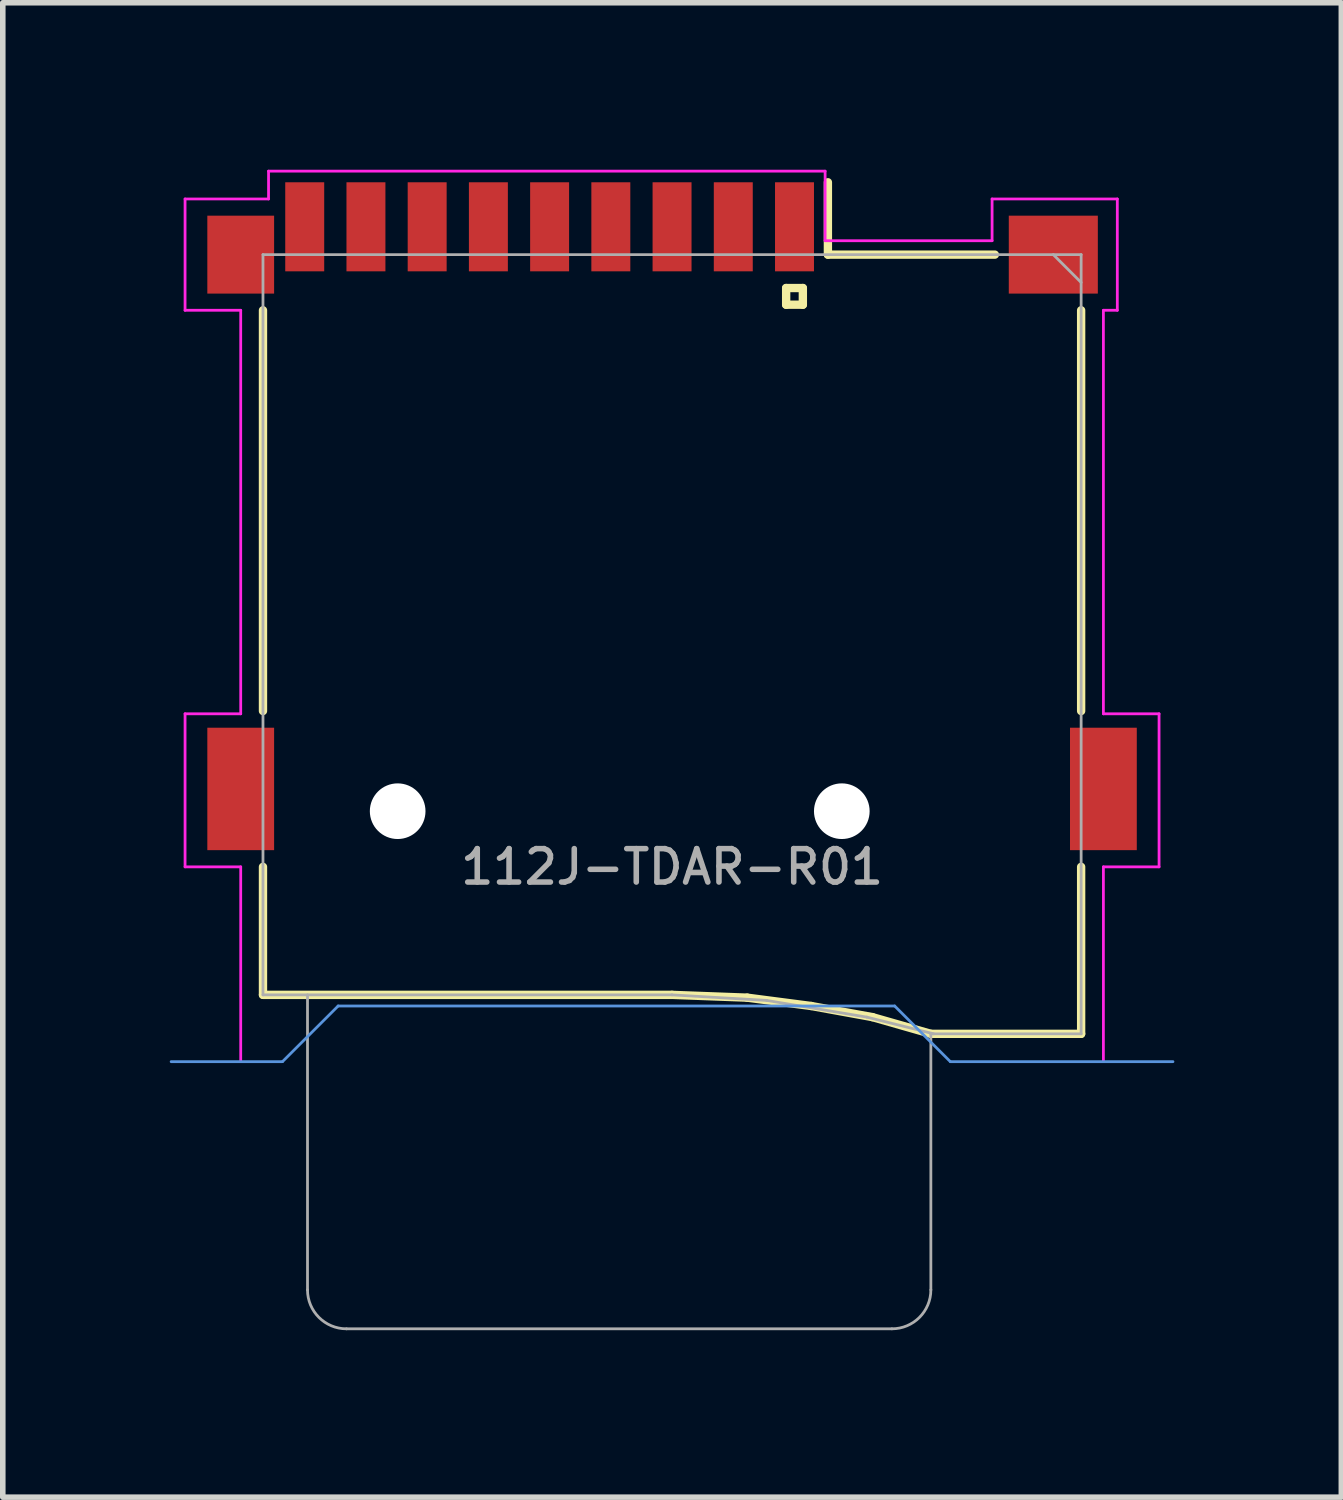
<source format=kicad_pcb>
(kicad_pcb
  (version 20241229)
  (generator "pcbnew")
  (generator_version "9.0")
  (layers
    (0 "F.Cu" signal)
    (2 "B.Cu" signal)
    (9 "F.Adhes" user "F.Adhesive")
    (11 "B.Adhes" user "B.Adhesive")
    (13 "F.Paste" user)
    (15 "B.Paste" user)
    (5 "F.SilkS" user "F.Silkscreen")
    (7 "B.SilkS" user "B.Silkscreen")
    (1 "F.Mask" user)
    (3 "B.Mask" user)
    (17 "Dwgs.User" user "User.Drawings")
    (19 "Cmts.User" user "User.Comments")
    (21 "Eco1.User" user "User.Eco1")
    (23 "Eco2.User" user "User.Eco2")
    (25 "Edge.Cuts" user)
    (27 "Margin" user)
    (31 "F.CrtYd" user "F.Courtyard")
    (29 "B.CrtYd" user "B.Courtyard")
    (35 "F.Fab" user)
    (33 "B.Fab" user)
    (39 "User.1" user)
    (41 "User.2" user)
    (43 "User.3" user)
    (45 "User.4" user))
  (footprint "112J-TDAR-R01"
    (layer "F.Cu")
    (at 9.025 11.525)
    (property "Reference" "112J-TDAR-R01" (at 0 1 180) (layer "F.Fab") (effects (font (size 0.6 0.6) (thickness 0.1))))
    (attr through_hole)
    (fp_line (start -7.35 -1.8) (end -7.35 -9) (stroke (width 0.15) (type solid)) (layer "F.SilkS"))
    (fp_line (start -7.35 1) (end -7.35 3.3) (stroke (width 0.15) (type solid)) (layer "F.SilkS"))
    (fp_line (start -7.35 3.3) (end 0 3.3) (stroke (width 0.15) (type solid)) (layer "F.SilkS"))
    (fp_line (start 0 3.3) (end 1.35 3.35) (stroke (width 0.15) (type solid)) (layer "F.SilkS"))
    (fp_line (start 1.35 3.35) (end 2.5 3.5) (stroke (width 0.15) (type solid)) (layer "F.SilkS"))
    (fp_line (start 2.05 -9.4) (end 2.05 -9.1) (stroke (width 0.15) (type solid)) (layer "F.SilkS"))
    (fp_line (start 2.05 -9.1) (end 2.35 -9.1) (stroke (width 0.15) (type solid)) (layer "F.SilkS"))
    (fp_line (start 2.35 -9.4) (end 2.05 -9.4) (stroke (width 0.15) (type solid)) (layer "F.SilkS"))
    (fp_line (start 2.35 -9.1) (end 2.35 -9.4) (stroke (width 0.15) (type solid)) (layer "F.SilkS"))
    (fp_line (start 2.5 3.5) (end 3.6 3.7) (stroke (width 0.15) (type solid)) (layer "F.SilkS"))
    (fp_line (start 2.8 -10) (end 2.8 -11.3) (stroke (width 0.15) (type solid)) (layer "F.SilkS"))
    (fp_line (start 2.8 -10) (end 5.8 -10) (stroke (width 0.15) (type solid)) (layer "F.SilkS"))
    (fp_line (start 3.6 3.7) (end 4.65 4) (stroke (width 0.15) (type solid)) (layer "F.SilkS"))
    (fp_line (start 4.65 4) (end 7.35 4) (stroke (width 0.15) (type solid)) (layer "F.SilkS"))
    (fp_line (start 7.35 -9) (end 7.35 -1.8) (stroke (width 0.15) (type solid)) (layer "F.SilkS"))
    (fp_line (start 7.35 4) (end 7.35 1) (stroke (width 0.15) (type solid)) (layer "F.SilkS"))
    (fp_line (start -9 4.5) (end -7 4.5) (stroke (width 0.05) (type solid)) (layer "Cmts.User"))
    (fp_line (start -7 4.5) (end -6 3.5) (stroke (width 0.05) (type solid)) (layer "Cmts.User"))
    (fp_line (start -6 3.5) (end 4 3.5) (stroke (width 0.05) (type solid)) (layer "Cmts.User"))
    (fp_line (start 4 3.5) (end 5 4.5) (stroke (width 0.05) (type solid)) (layer "Cmts.User"))
    (fp_line (start 5 4.5) (end 9 4.5) (stroke (width 0.05) (type solid)) (layer "Cmts.User"))
    (fp_line (start -8.75 -11) (end -7.25 -11) (stroke (width 0.05) (type solid)) (layer "F.CrtYd"))
    (fp_line (start -8.75 -9) (end -8.75 -11) (stroke (width 0.05) (type solid)) (layer "F.CrtYd"))
    (fp_line (start -8.75 -1.75) (end -7.75 -1.75) (stroke (width 0.05) (type solid)) (layer "F.CrtYd"))
    (fp_line (start -8.75 1) (end -8.75 -1.75) (stroke (width 0.05) (type solid)) (layer "F.CrtYd"))
    (fp_line (start -7.75 -9) (end -8.75 -9) (stroke (width 0.05) (type solid)) (layer "F.CrtYd"))
    (fp_line (start -7.75 -1.75) (end -7.75 -9) (stroke (width 0.05) (type solid)) (layer "F.CrtYd"))
    (fp_line (start -7.75 1) (end -8.75 1) (stroke (width 0.05) (type solid)) (layer "F.CrtYd"))
    (fp_line (start -7.75 4.5) (end -7.75 1) (stroke (width 0.05) (type solid)) (layer "F.CrtYd"))
    (fp_line (start -7.25 -11.5) (end 2.75 -11.5) (stroke (width 0.05) (type solid)) (layer "F.CrtYd"))
    (fp_line (start -7.25 -11) (end -7.25 -11.5) (stroke (width 0.05) (type solid)) (layer "F.CrtYd"))
    (fp_line (start 2.75 -11.5) (end 2.75 -10.25) (stroke (width 0.05) (type solid)) (layer "F.CrtYd"))
    (fp_line (start 2.75 -10.25) (end 5.75 -10.25) (stroke (width 0.05) (type solid)) (layer "F.CrtYd"))
    (fp_line (start 5.75 -11) (end 8 -11) (stroke (width 0.05) (type solid)) (layer "F.CrtYd"))
    (fp_line (start 5.75 -10.25) (end 5.75 -11) (stroke (width 0.05) (type solid)) (layer "F.CrtYd"))
    (fp_line (start 7.75 -9) (end 7.75 -1.75) (stroke (width 0.05) (type solid)) (layer "F.CrtYd"))
    (fp_line (start 7.75 -1.75) (end 8.75 -1.75) (stroke (width 0.05) (type solid)) (layer "F.CrtYd"))
    (fp_line (start 7.75 1) (end 7.75 4.5) (stroke (width 0.05) (type solid)) (layer "F.CrtYd"))
    (fp_line (start 8 -11) (end 8 -9) (stroke (width 0.05) (type solid)) (layer "F.CrtYd"))
    (fp_line (start 8 -9) (end 7.75 -9) (stroke (width 0.05) (type solid)) (layer "F.CrtYd"))
    (fp_line (start 8.75 -1.75) (end 8.75 1) (stroke (width 0.05) (type solid)) (layer "F.CrtYd"))
    (fp_line (start 8.75 1) (end 7.75 1) (stroke (width 0.05) (type solid)) (layer "F.CrtYd"))
    (fp_line (start -7.35 -10) (end -7.35 3.3) (stroke (width 0.05) (type solid)) (layer "F.Fab"))
    (fp_line (start -7.35 -10) (end 7.35 -10) (stroke (width 0.05) (type solid)) (layer "F.Fab"))
    (fp_line (start -7.35 3.3) (end 0 3.3) (stroke (width 0.05) (type solid)) (layer "F.Fab"))
    (fp_line (start -6.55 8.6) (end -6.55 3.3) (stroke (width 0.05) (type solid)) (layer "F.Fab"))
    (fp_line (start -5.85 9.3) (end 3.95 9.3) (stroke (width 0.05) (type solid)) (layer "F.Fab"))
    (fp_line (start 0 3.3) (end 1.7 3.4) (stroke (width 0.05) (type solid)) (layer "F.Fab"))
    (fp_line (start 1.7 3.4) (end 3.5 3.7) (stroke (width 0.05) (type solid)) (layer "F.Fab"))
    (fp_line (start 3.5 3.7) (end 4.7 4) (stroke (width 0.05) (type solid)) (layer "F.Fab"))
    (fp_line (start 4.65 4) (end 7.35 4) (stroke (width 0.05) (type solid)) (layer "F.Fab"))
    (fp_line (start 4.65 8.6) (end 4.65 4) (stroke (width 0.05) (type solid)) (layer "F.Fab"))
    (fp_line (start 7.35 -10) (end 7.35 4) (stroke (width 0.05) (type solid)) (layer "F.Fab"))
    (fp_line (start 7.35 -9.5) (end 6.85 -10) (stroke (width 0.05) (type solid)) (layer "F.Fab"))
    (fp_arc (start -5.85 9.3) (mid -6.344975 9.094975) (end -6.55 8.6) (stroke (width 0.05) (type solid)) (layer "F.Fab"))
    (fp_arc (start 4.65 8.6) (mid 4.444975 9.094975) (end 3.95 9.3) (stroke (width 0.05) (type solid)) (layer "F.Fab"))
    (fp_text user "${REFERENCE}" (at 2.1 -9.35 180) (layer "Eco1.User") (effects (font (size 0.3 0.3) (thickness 0.03))))
    (pad "" np_thru_hole circle (at -4.93 0) (size 1 1) (drill 1) (layers "*.Cu"))
    (pad "" np_thru_hole circle (at 3.05 0) (size 1 1) (drill 1) (layers "*.Cu"))
    (pad "1" smd rect (at 2.2 -10.5) (size 0.7 1.6) (layers "F.Cu" "F.Mask" "F.Paste"))
    (pad "2" smd rect (at 1.1 -10.5) (size 0.7 1.6) (layers "F.Cu" "F.Mask" "F.Paste"))
    (pad "3" smd rect (at 0 -10.5) (size 0.7 1.6) (layers "F.Cu" "F.Mask" "F.Paste"))
    (pad "4" smd rect (at -1.1 -10.5) (size 0.7 1.6) (layers "F.Cu" "F.Mask" "F.Paste"))
    (pad "5" smd rect (at -2.2 -10.5) (size 0.7 1.6) (layers "F.Cu" "F.Mask" "F.Paste"))
    (pad "6" smd rect (at -3.3 -10.5) (size 0.7 1.6) (layers "F.Cu" "F.Mask" "F.Paste"))
    (pad "7" smd rect (at -4.4 -10.5) (size 0.7 1.6) (layers "F.Cu" "F.Mask" "F.Paste"))
    (pad "8" smd rect (at -5.5 -10.5) (size 0.7 1.6) (layers "F.Cu" "F.Mask" "F.Paste"))
    (pad "9" smd rect (at -6.6 -10.5) (size 0.7 1.6) (layers "F.Cu" "F.Mask" "F.Paste"))
    (pad "11" smd rect (at -7.75 -10) (size 1.2 1.4) (layers "F.Cu" "F.Mask" "F.Paste"))
    (pad "11" smd rect (at -7.75 -0.4) (size 1.2 2.2) (layers "F.Cu" "F.Mask" "F.Paste"))
    (pad "11" smd rect (at 6.85 -10) (size 1.6 1.4) (layers "F.Cu" "F.Mask" "F.Paste"))
    (pad "11" smd rect (at 7.75 -0.4) (size 1.2 2.2) (layers "F.Cu" "F.Mask" "F.Paste")))
  (gr_rect
    (start -3 -3)
    (end 21.05 23.85)
    (stroke (width 0.1) (type default))
    (fill no)
    (layer "Edge.Cuts")))
</source>
